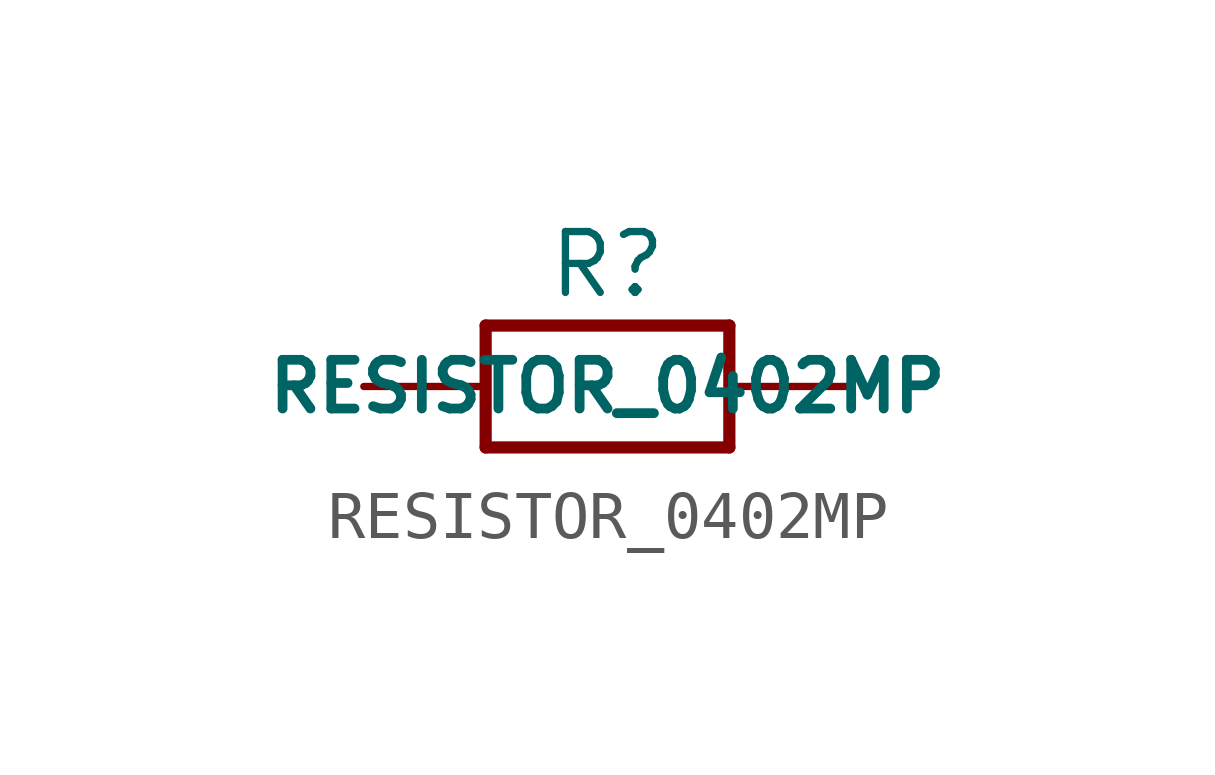
<source format=kicad_sym>
(kicad_symbol_lib
  (version 20201005)
  (generator kicad_symbol_editor)
  (symbol "RESISTOR_0402MP"
    (property "Reference" "R"
      (at 0 2.54 0)
      (effects (font (size 1.27 1.27))))
    (property "Value" "RESISTOR_0402MP"
      (at 0 0 0)
      (effects (font (size 1.016 1.016) bold)))
    (property "ki_locked" ""
      (at 0 0 0)
      (effects (font (size 1.27 1.27))))
    (symbol "RESISTOR_0402MP_1_0"
      (polyline (pts (xy -2.54 -1.27) (xy -2.54 1.27)) (stroke (width 0.254)) (fill (type none)))
      (polyline (pts (xy -2.54 1.27) (xy 2.54 1.27)) (stroke (width 0.254)) (fill (type none)))
      (polyline (pts (xy 2.54 -1.27) (xy -2.54 -1.27)) (stroke (width 0.254)) (fill (type none)))
      (polyline (pts (xy 2.54 1.27) (xy 2.54 -1.27)) (stroke (width 0.254)) (fill (type none)))
      (pin passive line (at -5.08 0 0) (length 2.54) (name "1" (effects (font (size 0 0)))) (number "1" (effects (font (size 0 0)))))
      (pin passive line (at 5.08 0 180) (length 2.54) (name "2" (effects (font (size 0 0)))) (number "2" (effects (font (size 0 0))))))))
</source>
